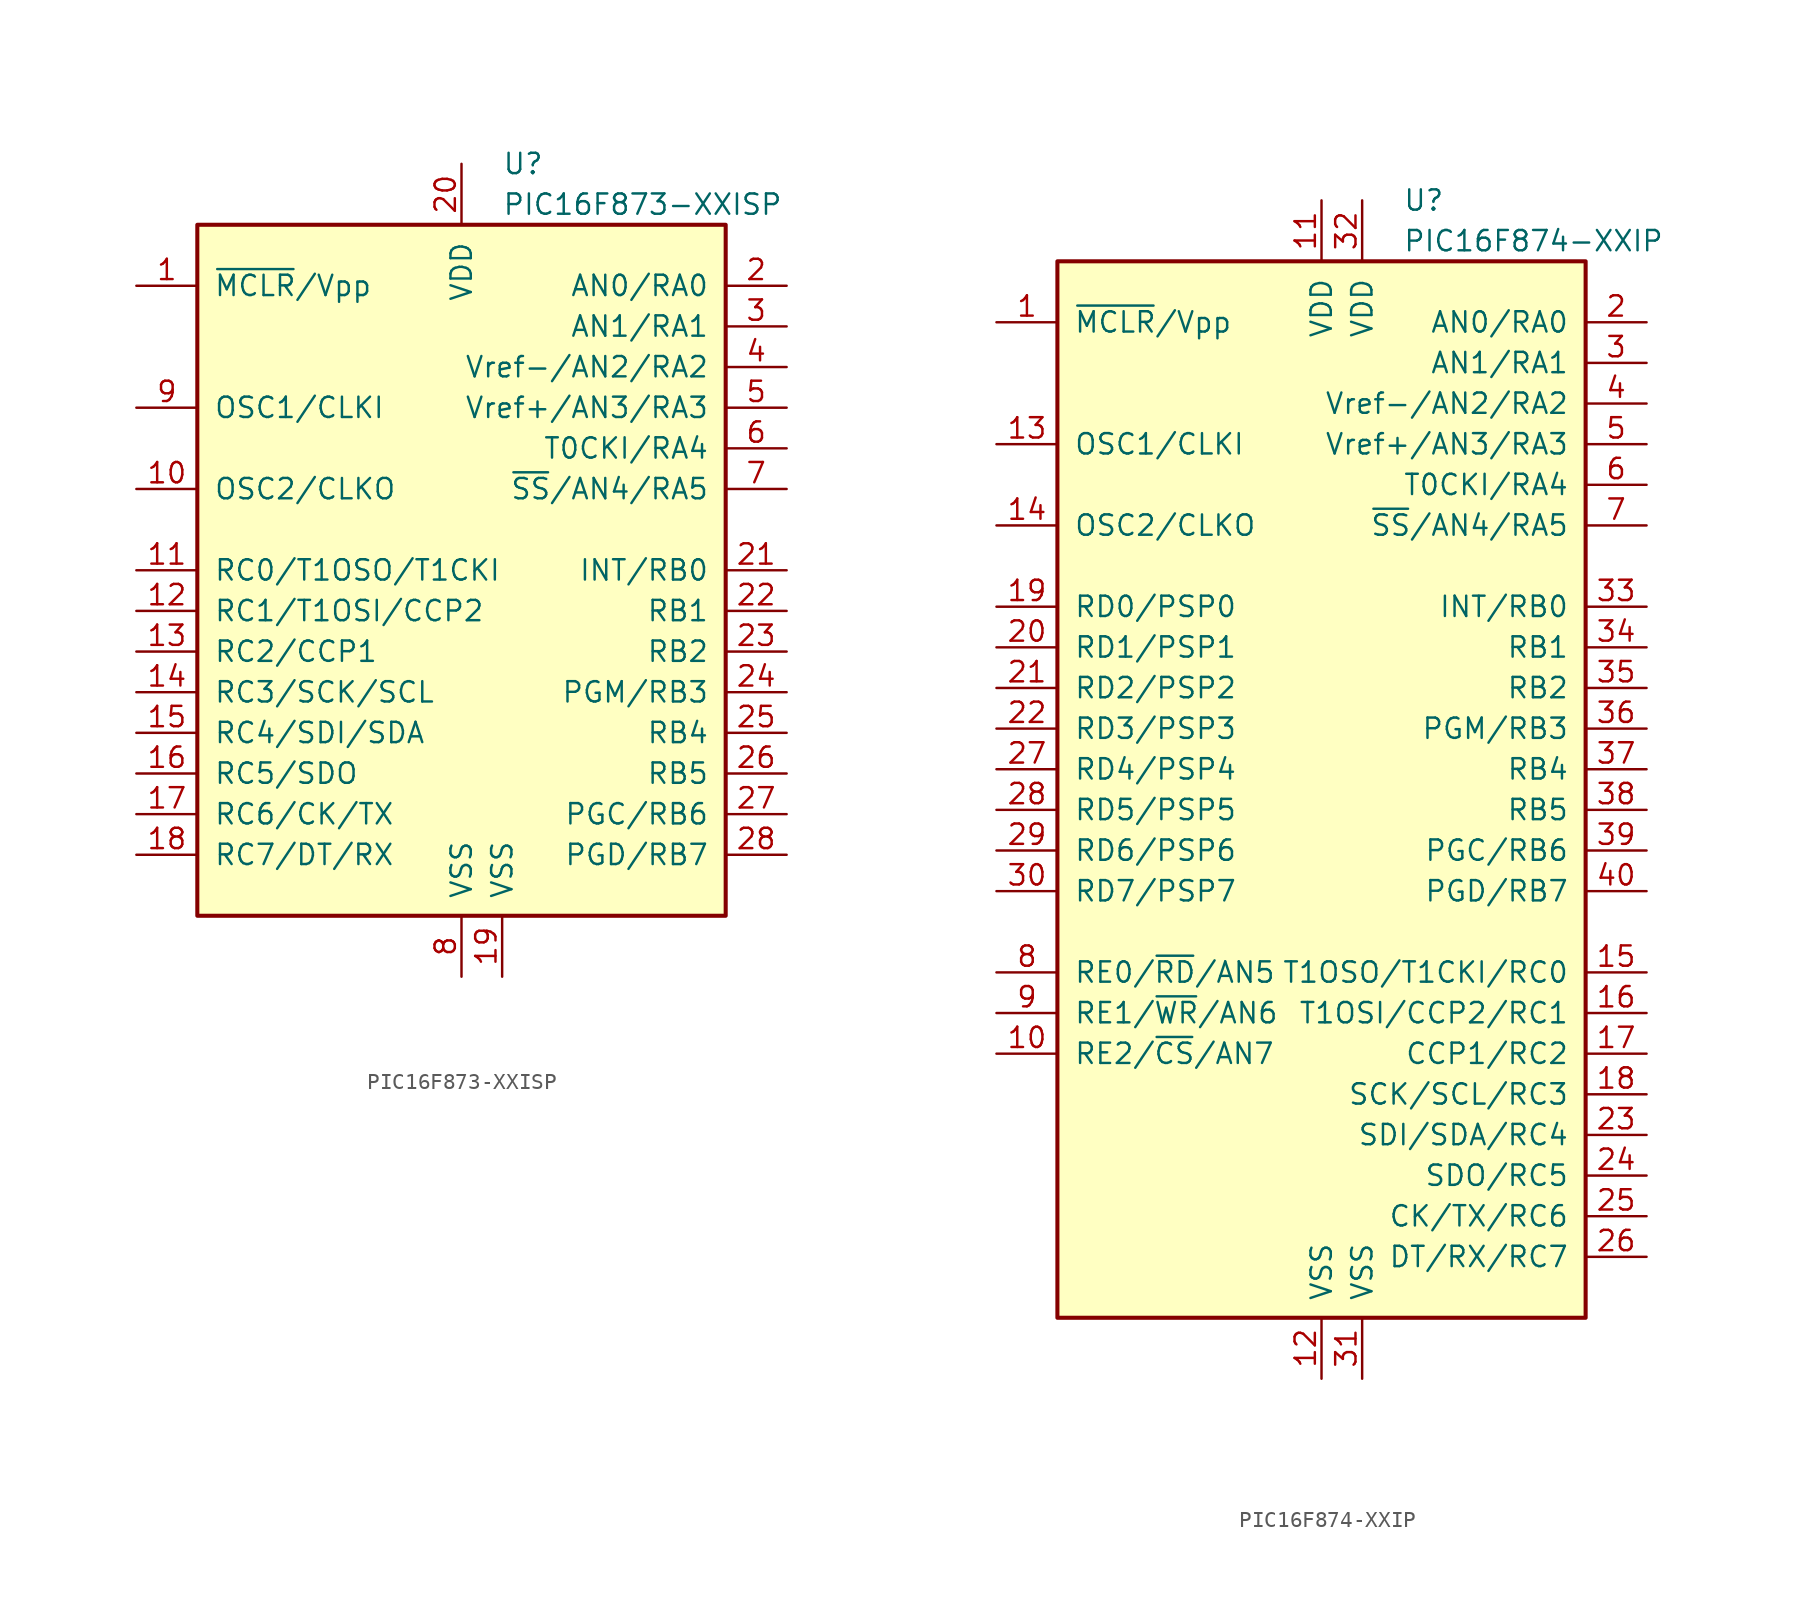
<source format=kicad_sym>
(kicad_symbol_lib
  (version 20201005)
  (generator kicad_symbol_editor)
  (symbol "MCU_Microchip_PIC16:PIC16F873-XXISP"
    (pin_names
      (offset 1.016))
    (property "Reference" "U"
      (at 2.54 25.4 0)
      (effects (font (size 1.27 1.27)) (justify left)))
    (property "Value" "PIC16F873-XXISP"
      (at 2.54 22.86 0)
      (effects (font (size 1.27 1.27)) (justify left)))
    (symbol "PIC16F873-XXISP_0_1"
      (rectangle (start -16.51 21.59) (end 16.51 -21.59) (stroke (width 0.254)) (fill (type background))))
    (symbol "PIC16F873-XXISP_1_1"
      (pin input line (at -20.32 17.78 0) (length 3.81) (name "~MCLR~/Vpp" (effects (font (size 1.27 1.27)))) (number "1" (effects (font (size 1.27 1.27)))))
      (pin output line (at -20.32 5.08 0) (length 3.81) (name "OSC2/CLKO" (effects (font (size 1.27 1.27)))) (number "10" (effects (font (size 1.27 1.27)))))
      (pin bidirectional line (at -20.32 0 0) (length 3.81) (name "RC0/T1OSO/T1CKI" (effects (font (size 1.27 1.27)))) (number "11" (effects (font (size 1.27 1.27)))))
      (pin bidirectional line (at -20.32 -2.54 0) (length 3.81) (name "RC1/T1OSI/CCP2" (effects (font (size 1.27 1.27)))) (number "12" (effects (font (size 1.27 1.27)))))
      (pin bidirectional line (at -20.32 -5.08 0) (length 3.81) (name "RC2/CCP1" (effects (font (size 1.27 1.27)))) (number "13" (effects (font (size 1.27 1.27)))))
      (pin bidirectional line (at -20.32 -7.62 0) (length 3.81) (name "RC3/SCK/SCL" (effects (font (size 1.27 1.27)))) (number "14" (effects (font (size 1.27 1.27)))))
      (pin bidirectional line (at -20.32 -10.16 0) (length 3.81) (name "RC4/SDI/SDA" (effects (font (size 1.27 1.27)))) (number "15" (effects (font (size 1.27 1.27)))))
      (pin bidirectional line (at -20.32 -12.7 0) (length 3.81) (name "RC5/SDO" (effects (font (size 1.27 1.27)))) (number "16" (effects (font (size 1.27 1.27)))))
      (pin bidirectional line (at -20.32 -15.24 0) (length 3.81) (name "RC6/CK/TX" (effects (font (size 1.27 1.27)))) (number "17" (effects (font (size 1.27 1.27)))))
      (pin bidirectional line (at -20.32 -17.78 0) (length 3.81) (name "RC7/DT/RX" (effects (font (size 1.27 1.27)))) (number "18" (effects (font (size 1.27 1.27)))))
      (pin power_in line (at 2.54 -25.4 90) (length 3.81) (name "VSS" (effects (font (size 1.27 1.27)))) (number "19" (effects (font (size 1.27 1.27)))))
      (pin bidirectional line (at 20.32 17.78 180) (length 3.81) (name "AN0/RA0" (effects (font (size 1.27 1.27)))) (number "2" (effects (font (size 1.27 1.27)))))
      (pin power_in line (at 0 25.4 270) (length 3.81) (name "VDD" (effects (font (size 1.27 1.27)))) (number "20" (effects (font (size 1.27 1.27)))))
      (pin bidirectional line (at 20.32 0 180) (length 3.81) (name "INT/RB0" (effects (font (size 1.27 1.27)))) (number "21" (effects (font (size 1.27 1.27)))))
      (pin bidirectional line (at 20.32 -2.54 180) (length 3.81) (name "RB1" (effects (font (size 1.27 1.27)))) (number "22" (effects (font (size 1.27 1.27)))))
      (pin bidirectional line (at 20.32 -5.08 180) (length 3.81) (name "RB2" (effects (font (size 1.27 1.27)))) (number "23" (effects (font (size 1.27 1.27)))))
      (pin bidirectional line (at 20.32 -7.62 180) (length 3.81) (name "PGM/RB3" (effects (font (size 1.27 1.27)))) (number "24" (effects (font (size 1.27 1.27)))))
      (pin bidirectional line (at 20.32 -10.16 180) (length 3.81) (name "RB4" (effects (font (size 1.27 1.27)))) (number "25" (effects (font (size 1.27 1.27)))))
      (pin bidirectional line (at 20.32 -12.7 180) (length 3.81) (name "RB5" (effects (font (size 1.27 1.27)))) (number "26" (effects (font (size 1.27 1.27)))))
      (pin bidirectional line (at 20.32 -15.24 180) (length 3.81) (name "PGC/RB6" (effects (font (size 1.27 1.27)))) (number "27" (effects (font (size 1.27 1.27)))))
      (pin bidirectional line (at 20.32 -17.78 180) (length 3.81) (name "PGD/RB7" (effects (font (size 1.27 1.27)))) (number "28" (effects (font (size 1.27 1.27)))))
      (pin bidirectional line (at 20.32 15.24 180) (length 3.81) (name "AN1/RA1" (effects (font (size 1.27 1.27)))) (number "3" (effects (font (size 1.27 1.27)))))
      (pin bidirectional line (at 20.32 12.7 180) (length 3.81) (name "Vref-/AN2/RA2" (effects (font (size 1.27 1.27)))) (number "4" (effects (font (size 1.27 1.27)))))
      (pin bidirectional line (at 20.32 10.16 180) (length 3.81) (name "Vref+/AN3/RA3" (effects (font (size 1.27 1.27)))) (number "5" (effects (font (size 1.27 1.27)))))
      (pin bidirectional line (at 20.32 7.62 180) (length 3.81) (name "T0CKI/RA4" (effects (font (size 1.27 1.27)))) (number "6" (effects (font (size 1.27 1.27)))))
      (pin bidirectional line (at 20.32 5.08 180) (length 3.81) (name "~SS~/AN4/RA5" (effects (font (size 1.27 1.27)))) (number "7" (effects (font (size 1.27 1.27)))))
      (pin power_in line (at 0 -25.4 90) (length 3.81) (name "VSS" (effects (font (size 1.27 1.27)))) (number "8" (effects (font (size 1.27 1.27)))))
      (pin input line (at -20.32 10.16 0) (length 3.81) (name "OSC1/CLKI" (effects (font (size 1.27 1.27)))) (number "9" (effects (font (size 1.27 1.27)))))))
  (symbol "MCU_Microchip_PIC16:PIC16F874-XXIP"
    (pin_names
      (offset 1.016))
    (property "Reference" "U"
      (at 5.08 35.56 0)
      (effects (font (size 1.27 1.27)) (justify left)))
    (property "Value" "PIC16F874-XXIP"
      (at 5.08 33.02 0)
      (effects (font (size 1.27 1.27)) (justify left)))
    (symbol "PIC16F874-XXIP_0_1"
      (rectangle (start -16.51 31.75) (end 16.51 -34.29) (stroke (width 0.254)) (fill (type background))))
    (symbol "PIC16F874-XXIP_1_1"
      (pin input line (at -20.32 27.94 0) (length 3.81) (name "~MCLR~/Vpp" (effects (font (size 1.27 1.27)))) (number "1" (effects (font (size 1.27 1.27)))))
      (pin bidirectional line (at -20.32 -17.78 0) (length 3.81) (name "RE2/~CS~/AN7" (effects (font (size 1.27 1.27)))) (number "10" (effects (font (size 1.27 1.27)))))
      (pin power_in line (at 0 35.56 270) (length 3.81) (name "VDD" (effects (font (size 1.27 1.27)))) (number "11" (effects (font (size 1.27 1.27)))))
      (pin power_in line (at 0 -38.1 90) (length 3.81) (name "VSS" (effects (font (size 1.27 1.27)))) (number "12" (effects (font (size 1.27 1.27)))))
      (pin input line (at -20.32 20.32 0) (length 3.81) (name "OSC1/CLKI" (effects (font (size 1.27 1.27)))) (number "13" (effects (font (size 1.27 1.27)))))
      (pin output line (at -20.32 15.24 0) (length 3.81) (name "OSC2/CLKO" (effects (font (size 1.27 1.27)))) (number "14" (effects (font (size 1.27 1.27)))))
      (pin bidirectional line (at 20.32 -12.7 180) (length 3.81) (name "T1OSO/T1CKI/RC0" (effects (font (size 1.27 1.27)))) (number "15" (effects (font (size 1.27 1.27)))))
      (pin bidirectional line (at 20.32 -15.24 180) (length 3.81) (name "T1OSI/CCP2/RC1" (effects (font (size 1.27 1.27)))) (number "16" (effects (font (size 1.27 1.27)))))
      (pin bidirectional line (at 20.32 -17.78 180) (length 3.81) (name "CCP1/RC2" (effects (font (size 1.27 1.27)))) (number "17" (effects (font (size 1.27 1.27)))))
      (pin bidirectional line (at 20.32 -20.32 180) (length 3.81) (name "SCK/SCL/RC3" (effects (font (size 1.27 1.27)))) (number "18" (effects (font (size 1.27 1.27)))))
      (pin bidirectional line (at -20.32 10.16 0) (length 3.81) (name "RD0/PSP0" (effects (font (size 1.27 1.27)))) (number "19" (effects (font (size 1.27 1.27)))))
      (pin bidirectional line (at 20.32 27.94 180) (length 3.81) (name "AN0/RA0" (effects (font (size 1.27 1.27)))) (number "2" (effects (font (size 1.27 1.27)))))
      (pin bidirectional line (at -20.32 7.62 0) (length 3.81) (name "RD1/PSP1" (effects (font (size 1.27 1.27)))) (number "20" (effects (font (size 1.27 1.27)))))
      (pin bidirectional line (at -20.32 5.08 0) (length 3.81) (name "RD2/PSP2" (effects (font (size 1.27 1.27)))) (number "21" (effects (font (size 1.27 1.27)))))
      (pin bidirectional line (at -20.32 2.54 0) (length 3.81) (name "RD3/PSP3" (effects (font (size 1.27 1.27)))) (number "22" (effects (font (size 1.27 1.27)))))
      (pin bidirectional line (at 20.32 -22.86 180) (length 3.81) (name "SDI/SDA/RC4" (effects (font (size 1.27 1.27)))) (number "23" (effects (font (size 1.27 1.27)))))
      (pin bidirectional line (at 20.32 -25.4 180) (length 3.81) (name "SDO/RC5" (effects (font (size 1.27 1.27)))) (number "24" (effects (font (size 1.27 1.27)))))
      (pin bidirectional line (at 20.32 -27.94 180) (length 3.81) (name "CK/TX/RC6" (effects (font (size 1.27 1.27)))) (number "25" (effects (font (size 1.27 1.27)))))
      (pin bidirectional line (at 20.32 -30.48 180) (length 3.81) (name "DT/RX/RC7" (effects (font (size 1.27 1.27)))) (number "26" (effects (font (size 1.27 1.27)))))
      (pin bidirectional line (at -20.32 0 0) (length 3.81) (name "RD4/PSP4" (effects (font (size 1.27 1.27)))) (number "27" (effects (font (size 1.27 1.27)))))
      (pin bidirectional line (at -20.32 -2.54 0) (length 3.81) (name "RD5/PSP5" (effects (font (size 1.27 1.27)))) (number "28" (effects (font (size 1.27 1.27)))))
      (pin bidirectional line (at -20.32 -5.08 0) (length 3.81) (name "RD6/PSP6" (effects (font (size 1.27 1.27)))) (number "29" (effects (font (size 1.27 1.27)))))
      (pin bidirectional line (at 20.32 25.4 180) (length 3.81) (name "AN1/RA1" (effects (font (size 1.27 1.27)))) (number "3" (effects (font (size 1.27 1.27)))))
      (pin bidirectional line (at -20.32 -7.62 0) (length 3.81) (name "RD7/PSP7" (effects (font (size 1.27 1.27)))) (number "30" (effects (font (size 1.27 1.27)))))
      (pin power_in line (at 2.54 -38.1 90) (length 3.81) (name "VSS" (effects (font (size 1.27 1.27)))) (number "31" (effects (font (size 1.27 1.27)))))
      (pin power_in line (at 2.54 35.56 270) (length 3.81) (name "VDD" (effects (font (size 1.27 1.27)))) (number "32" (effects (font (size 1.27 1.27)))))
      (pin bidirectional line (at 20.32 10.16 180) (length 3.81) (name "INT/RB0" (effects (font (size 1.27 1.27)))) (number "33" (effects (font (size 1.27 1.27)))))
      (pin bidirectional line (at 20.32 7.62 180) (length 3.81) (name "RB1" (effects (font (size 1.27 1.27)))) (number "34" (effects (font (size 1.27 1.27)))))
      (pin bidirectional line (at 20.32 5.08 180) (length 3.81) (name "RB2" (effects (font (size 1.27 1.27)))) (number "35" (effects (font (size 1.27 1.27)))))
      (pin bidirectional line (at 20.32 2.54 180) (length 3.81) (name "PGM/RB3" (effects (font (size 1.27 1.27)))) (number "36" (effects (font (size 1.27 1.27)))))
      (pin bidirectional line (at 20.32 0 180) (length 3.81) (name "RB4" (effects (font (size 1.27 1.27)))) (number "37" (effects (font (size 1.27 1.27)))))
      (pin bidirectional line (at 20.32 -2.54 180) (length 3.81) (name "RB5" (effects (font (size 1.27 1.27)))) (number "38" (effects (font (size 1.27 1.27)))))
      (pin bidirectional line (at 20.32 -5.08 180) (length 3.81) (name "PGC/RB6" (effects (font (size 1.27 1.27)))) (number "39" (effects (font (size 1.27 1.27)))))
      (pin bidirectional line (at 20.32 22.86 180) (length 3.81) (name "Vref-/AN2/RA2" (effects (font (size 1.27 1.27)))) (number "4" (effects (font (size 1.27 1.27)))))
      (pin bidirectional line (at 20.32 -7.62 180) (length 3.81) (name "PGD/RB7" (effects (font (size 1.27 1.27)))) (number "40" (effects (font (size 1.27 1.27)))))
      (pin bidirectional line (at 20.32 20.32 180) (length 3.81) (name "Vref+/AN3/RA3" (effects (font (size 1.27 1.27)))) (number "5" (effects (font (size 1.27 1.27)))))
      (pin bidirectional line (at 20.32 17.78 180) (length 3.81) (name "T0CKI/RA4" (effects (font (size 1.27 1.27)))) (number "6" (effects (font (size 1.27 1.27)))))
      (pin bidirectional line (at 20.32 15.24 180) (length 3.81) (name "~SS~/AN4/RA5" (effects (font (size 1.27 1.27)))) (number "7" (effects (font (size 1.27 1.27)))))
      (pin bidirectional line (at -20.32 -12.7 0) (length 3.81) (name "RE0/~RD~/AN5" (effects (font (size 1.27 1.27)))) (number "8" (effects (font (size 1.27 1.27)))))
      (pin bidirectional line (at -20.32 -15.24 0) (length 3.81) (name "RE1/~WR~/AN6" (effects (font (size 1.27 1.27)))) (number "9" (effects (font (size 1.27 1.27))))))))
</source>
